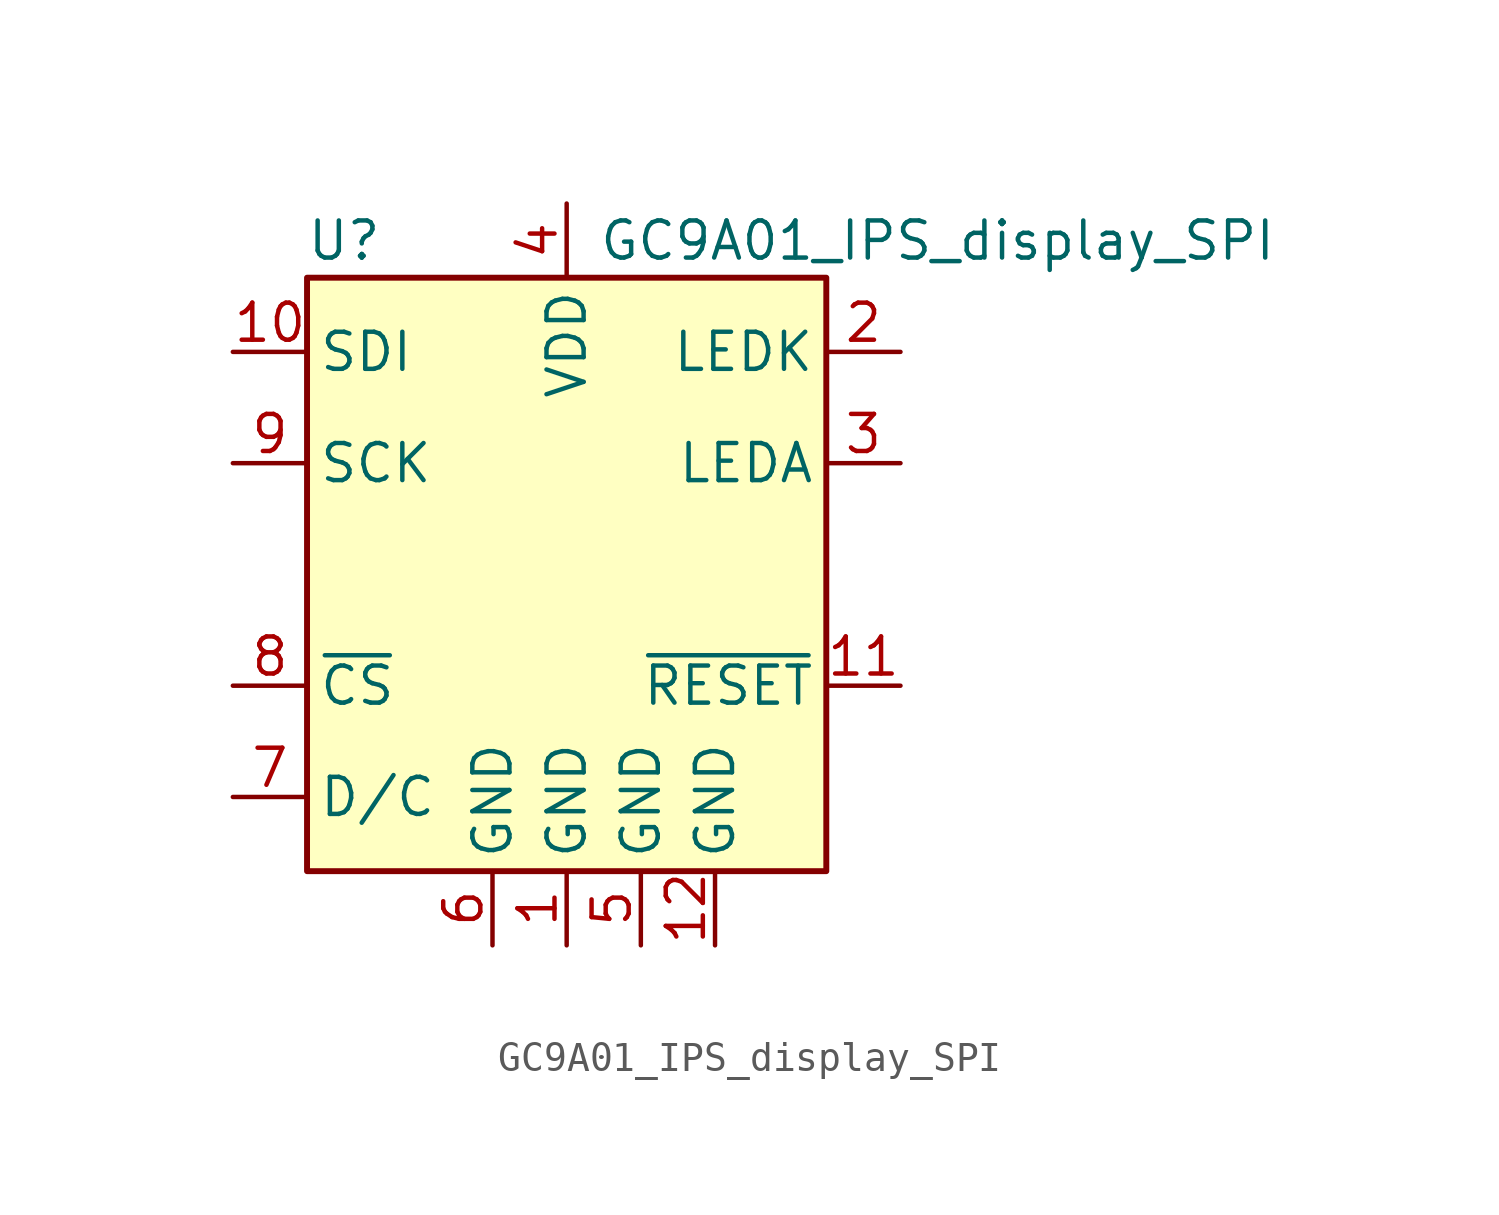
<source format=kicad_sym>
(kicad_symbol_lib
  (version 20211014)
  (generator kicad_symbol_editor)
  (symbol "GC9A01_IPS_display_SPI"
    (pin_names
      (offset 0.381))
    (property "Reference" "U"
      (at -7.62 11.43 0)
      (effects (font (size 1.27 1.27))))
    (property "Value" "GC9A01_IPS_display_SPI"
      (at 12.7 11.43 0)
      (effects (font (size 1.27 1.27))))
    (symbol "GC9A01_IPS_display_SPI_0_0"
      (pin power_in line (at 0 -12.7 90) (length 2.54) (name "GND" (effects (font (size 1.27 1.27)))) (number "1" (effects (font (size 1.27 1.27)))))
      (pin bidirectional line (at -11.43 7.62 0) (length 2.54) (name "SDI" (effects (font (size 1.27 1.27)))) (number "10" (effects (font (size 1.27 1.27)))))
      (pin input line (at 11.43 -3.81 180) (length 2.54) (name "~{RESET}" (effects (font (size 1.27 1.27)))) (number "11" (effects (font (size 1.27 1.27)))))
      (pin power_in line (at 5.08 -12.7 90) (length 2.54) (name "GND" (effects (font (size 1.27 1.27)))) (number "12" (effects (font (size 1.27 1.27)))))
      (pin passive line (at 11.43 7.62 180) (length 2.54) (name "LEDK" (effects (font (size 1.27 1.27)))) (number "2" (effects (font (size 1.27 1.27)))))
      (pin passive line (at 11.43 3.81 180) (length 2.54) (name "LEDA" (effects (font (size 1.27 1.27)))) (number "3" (effects (font (size 1.27 1.27)))))
      (pin power_in line (at 0 12.7 270) (length 2.54) (name "VDD" (effects (font (size 1.27 1.27)))) (number "4" (effects (font (size 1.27 1.27)))))
      (pin power_in line (at 2.54 -12.7 90) (length 2.54) (name "GND" (effects (font (size 1.27 1.27)))) (number "5" (effects (font (size 1.27 1.27)))))
      (pin power_in line (at -2.54 -12.7 90) (length 2.54) (name "GND" (effects (font (size 1.27 1.27)))) (number "6" (effects (font (size 1.27 1.27)))))
      (pin input line (at -11.43 -7.62 0) (length 2.54) (name "D/C" (effects (font (size 1.27 1.27)))) (number "7" (effects (font (size 1.27 1.27)))))
      (pin input line (at -11.43 -3.81 0) (length 2.54) (name "~{CS}" (effects (font (size 1.27 1.27)))) (number "8" (effects (font (size 1.27 1.27)))))
      (pin input line (at -11.43 3.81 0) (length 2.54) (name "SCK" (effects (font (size 1.27 1.27)))) (number "9" (effects (font (size 1.27 1.27))))))
    (symbol "GC9A01_IPS_display_SPI_0_1"
      (rectangle (start -8.89 10.16) (end 8.89 -10.16) (stroke (width 0.203) (type default) (color 0 0 0 0)) (fill (type background))))))
</source>
